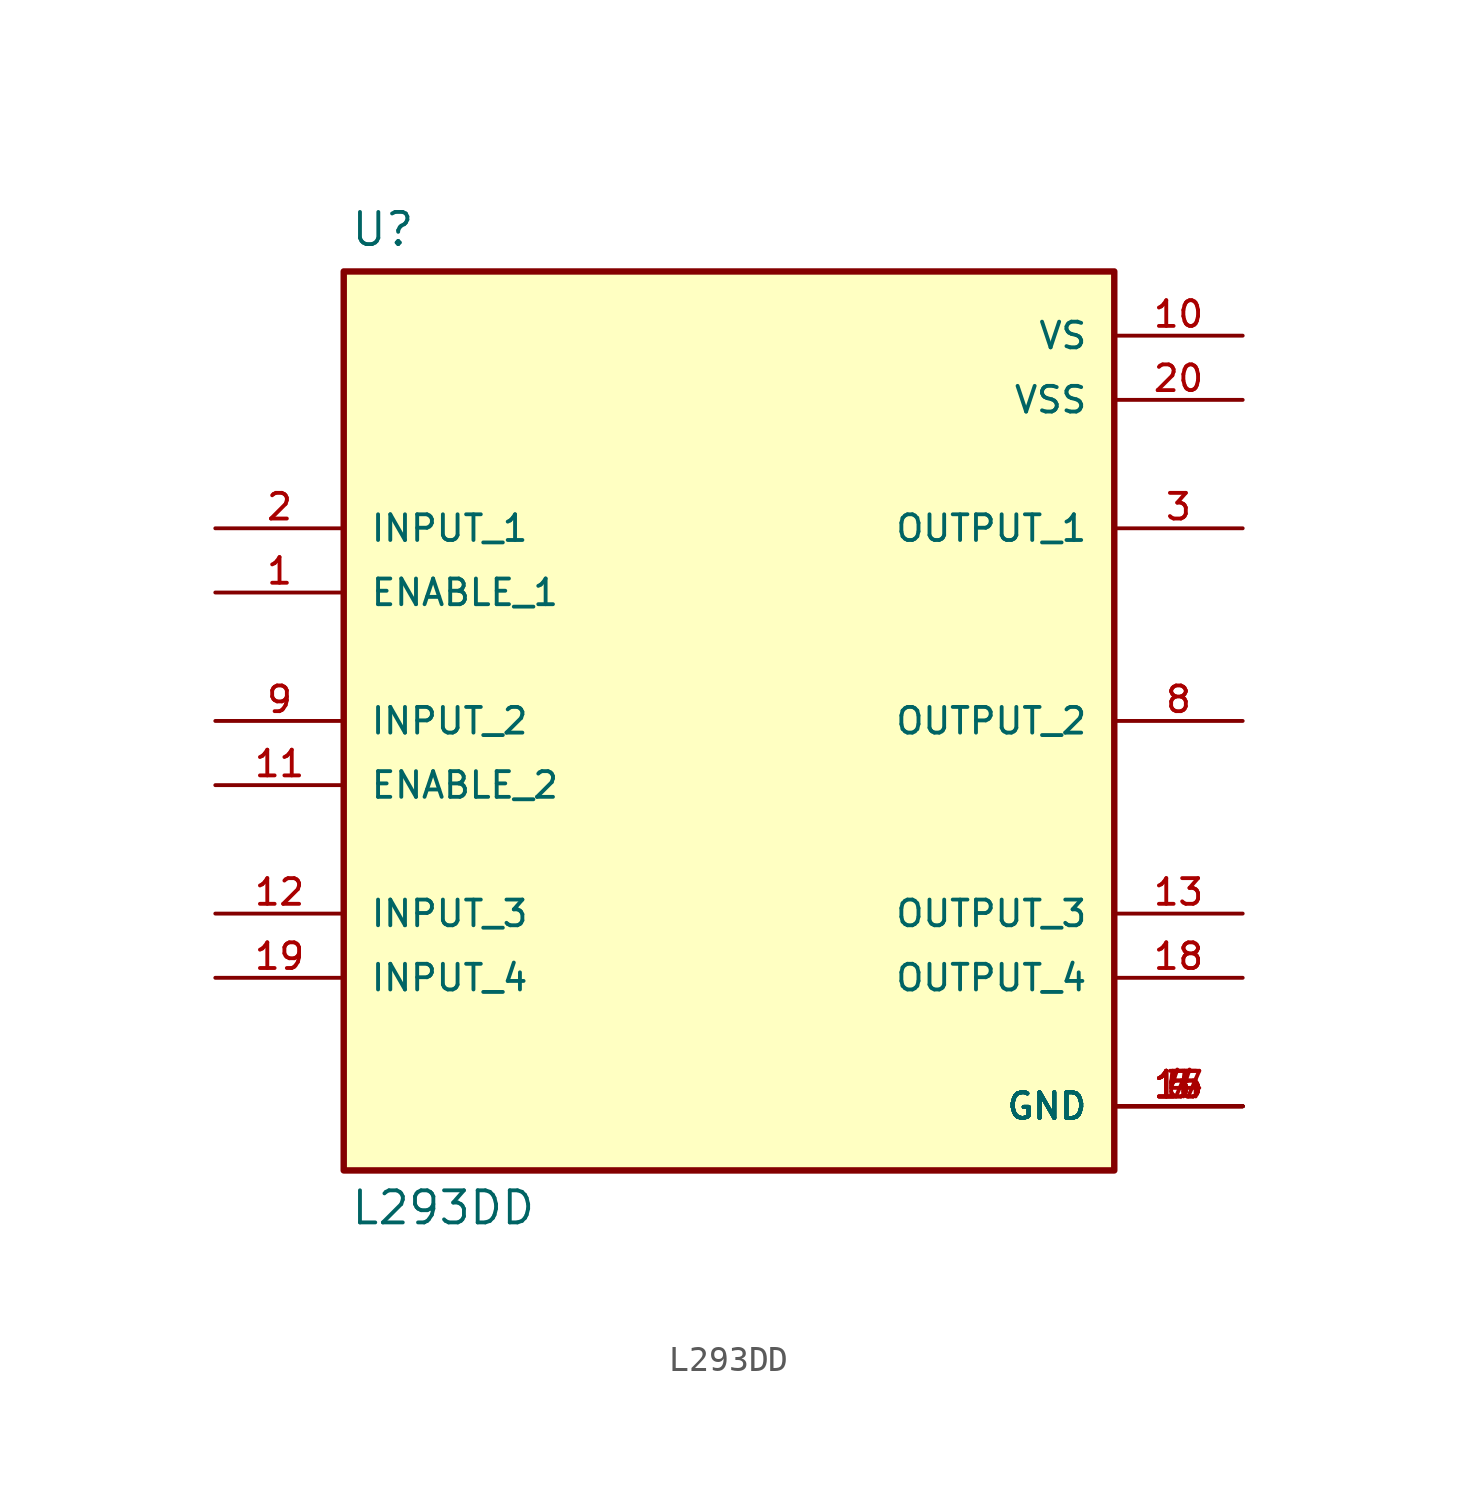
<source format=kicad_sym>
(kicad_symbol_lib
  (version 20211014)
  (generator kicad_symbol_editor)
  (symbol "L293DD"
    (pin_names
      (offset 1.016))
    (property "Reference" "U"
      (at -15.0 18.7 0)
      (effects (font (size 1.27 1.27)) (justify bottom left)))
    (property "Value" "L293DD"
      (at -15.0 -20.0 0)
      (effects (font (size 1.27 1.27)) (justify bottom left)))
    (symbol "L293DD_0_0"
      (rectangle (start -15.24 -17.78) (end 15.24 17.78) (stroke (width 0.254)) (fill (type background)))
      (pin input line (at -20.32 5.08 0) (length 5.08) (name "ENABLE_1" (effects (font (size 1.016 1.016)))) (number "1" (effects (font (size 1.016 1.016)))))
      (pin input line (at -20.32 7.62 0) (length 5.08) (name "INPUT_1" (effects (font (size 1.016 1.016)))) (number "2" (effects (font (size 1.016 1.016)))))
      (pin output line (at 20.32 7.62 180.0) (length 5.08) (name "OUTPUT_1" (effects (font (size 1.016 1.016)))) (number "3" (effects (font (size 1.016 1.016)))))
      (pin power_in line (at 20.32 -15.24 180.0) (length 5.08) (name "GND" (effects (font (size 1.016 1.016)))) (number "4" (effects (font (size 1.016 1.016)))))
      (pin power_in line (at 20.32 -15.24 180.0) (length 5.08) (name "GND" (effects (font (size 1.016 1.016)))) (number "5" (effects (font (size 1.016 1.016)))))
      (pin power_in line (at 20.32 -15.24 180.0) (length 5.08) (name "GND" (effects (font (size 1.016 1.016)))) (number "6" (effects (font (size 1.016 1.016)))))
      (pin power_in line (at 20.32 -15.24 180.0) (length 5.08) (name "GND" (effects (font (size 1.016 1.016)))) (number "7" (effects (font (size 1.016 1.016)))))
      (pin power_in line (at 20.32 -15.24 180.0) (length 5.08) (name "GND" (effects (font (size 1.016 1.016)))) (number "14" (effects (font (size 1.016 1.016)))))
      (pin power_in line (at 20.32 -15.24 180.0) (length 5.08) (name "GND" (effects (font (size 1.016 1.016)))) (number "15" (effects (font (size 1.016 1.016)))))
      (pin power_in line (at 20.32 -15.24 180.0) (length 5.08) (name "GND" (effects (font (size 1.016 1.016)))) (number "16" (effects (font (size 1.016 1.016)))))
      (pin power_in line (at 20.32 -15.24 180.0) (length 5.08) (name "GND" (effects (font (size 1.016 1.016)))) (number "17" (effects (font (size 1.016 1.016)))))
      (pin output line (at 20.32 0.0 180.0) (length 5.08) (name "OUTPUT_2" (effects (font (size 1.016 1.016)))) (number "8" (effects (font (size 1.016 1.016)))))
      (pin input line (at -20.32 0.0 0) (length 5.08) (name "INPUT_2" (effects (font (size 1.016 1.016)))) (number "9" (effects (font (size 1.016 1.016)))))
      (pin power_in line (at 20.32 15.24 180.0) (length 5.08) (name "VS" (effects (font (size 1.016 1.016)))) (number "10" (effects (font (size 1.016 1.016)))))
      (pin input line (at -20.32 -2.54 0) (length 5.08) (name "ENABLE_2" (effects (font (size 1.016 1.016)))) (number "11" (effects (font (size 1.016 1.016)))))
      (pin input line (at -20.32 -7.62 0) (length 5.08) (name "INPUT_3" (effects (font (size 1.016 1.016)))) (number "12" (effects (font (size 1.016 1.016)))))
      (pin output line (at 20.32 -7.62 180.0) (length 5.08) (name "OUTPUT_3" (effects (font (size 1.016 1.016)))) (number "13" (effects (font (size 1.016 1.016)))))
      (pin output line (at 20.32 -10.16 180.0) (length 5.08) (name "OUTPUT_4" (effects (font (size 1.016 1.016)))) (number "18" (effects (font (size 1.016 1.016)))))
      (pin input line (at -20.32 -10.16 0) (length 5.08) (name "INPUT_4" (effects (font (size 1.016 1.016)))) (number "19" (effects (font (size 1.016 1.016)))))
      (pin power_in line (at 20.32 12.7 180.0) (length 5.08) (name "VSS" (effects (font (size 1.016 1.016)))) (number "20" (effects (font (size 1.016 1.016))))))))
</source>
